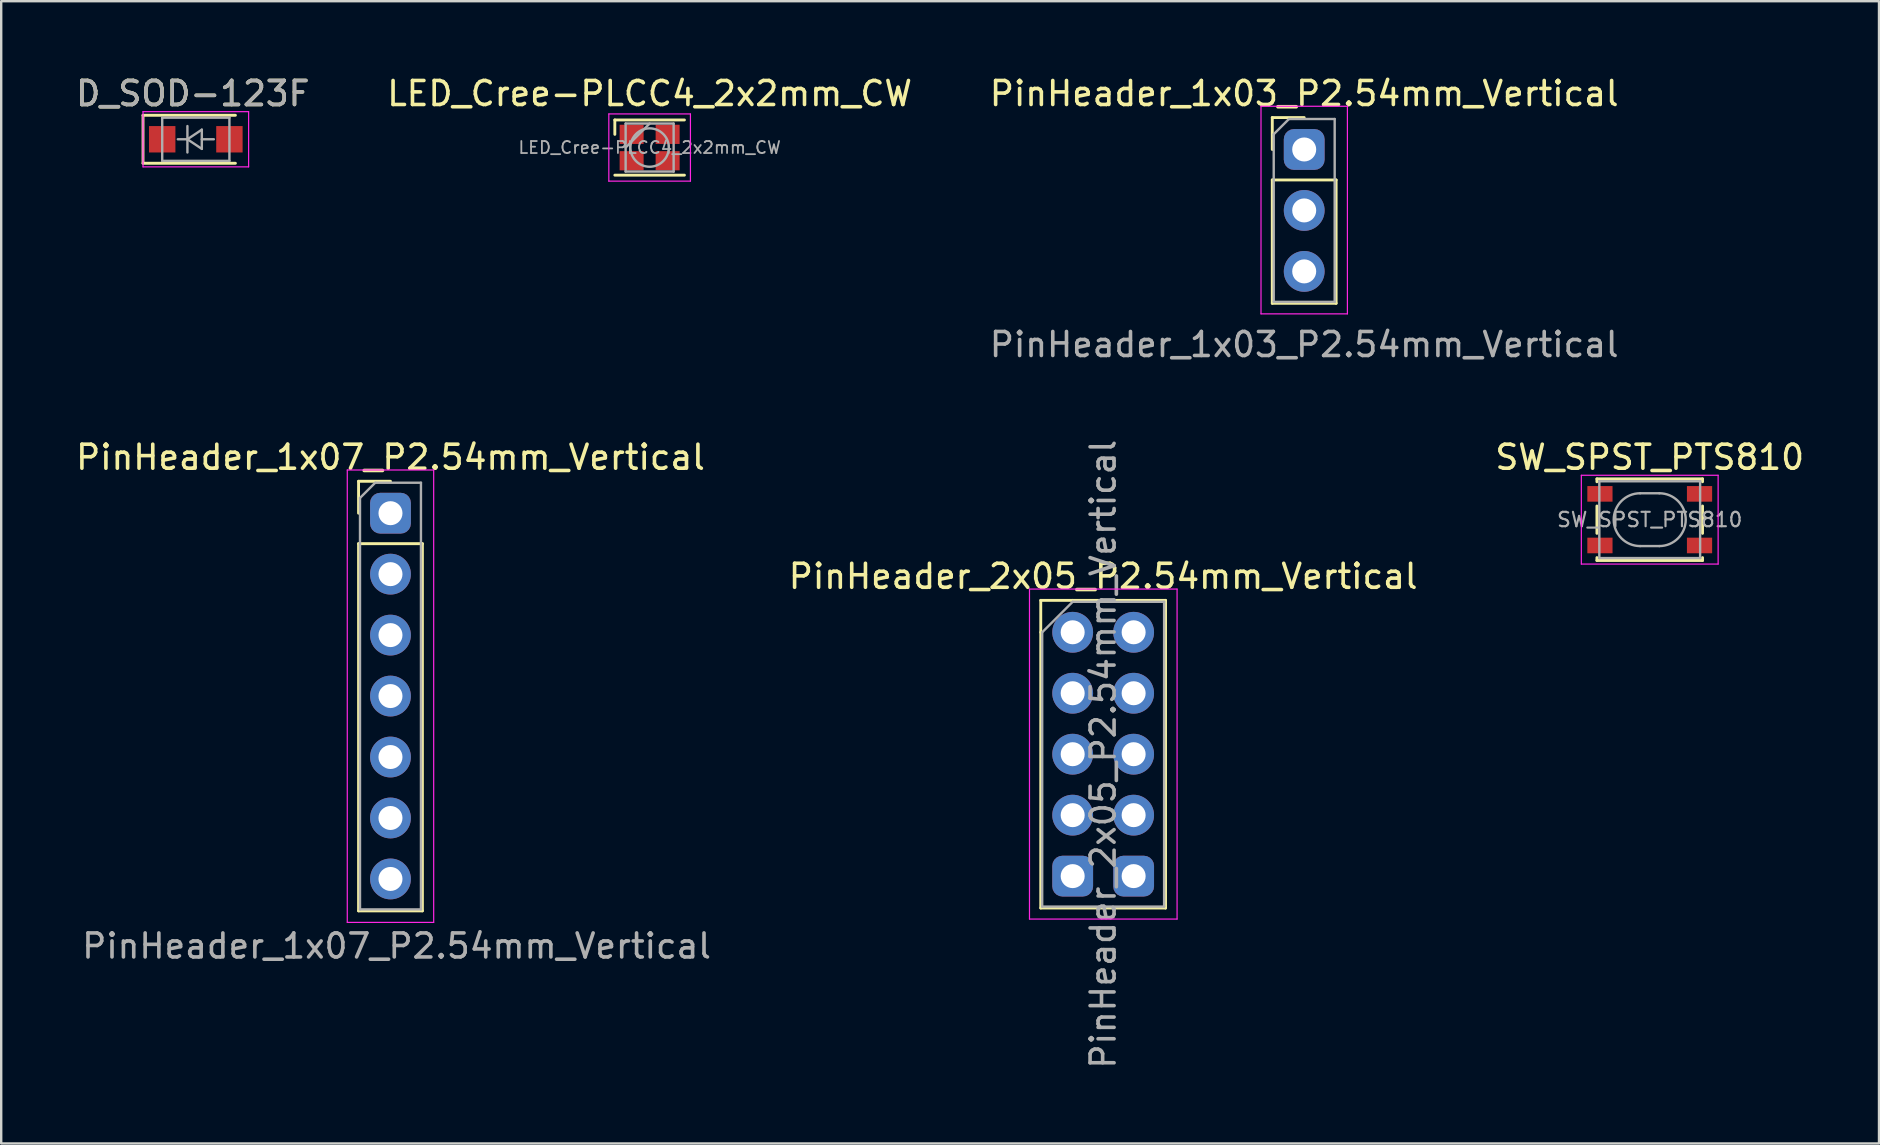
<source format=kicad_pcb>
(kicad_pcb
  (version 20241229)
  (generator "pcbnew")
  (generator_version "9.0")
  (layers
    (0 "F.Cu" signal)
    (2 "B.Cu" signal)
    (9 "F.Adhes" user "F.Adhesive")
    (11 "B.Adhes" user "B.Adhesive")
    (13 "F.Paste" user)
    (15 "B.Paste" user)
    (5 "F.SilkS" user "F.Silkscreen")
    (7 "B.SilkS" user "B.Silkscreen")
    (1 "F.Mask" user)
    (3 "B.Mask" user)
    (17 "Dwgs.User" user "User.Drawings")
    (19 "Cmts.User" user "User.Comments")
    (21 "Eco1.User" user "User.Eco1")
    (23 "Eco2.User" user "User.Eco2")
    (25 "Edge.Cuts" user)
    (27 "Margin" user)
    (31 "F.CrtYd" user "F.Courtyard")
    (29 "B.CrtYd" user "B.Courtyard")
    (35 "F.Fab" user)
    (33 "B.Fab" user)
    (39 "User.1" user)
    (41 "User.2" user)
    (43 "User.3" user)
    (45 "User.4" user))
  (footprint "SW_SPST_PTS810"
    (layer "F.Cu")
    (at 65.689 18.603)
    (property "Reference" "SW_SPST_PTS810" (at 0 -2.6 0) (layer "F.SilkS") (effects (font (size 1 1) (thickness 0.15))))
    (attr smd)
    (fp_line (start -2.2 -1.7) (end -2.2 -1.58) (stroke (width 0.12) (type solid)) (layer "F.SilkS"))
    (fp_line (start -2.2 -0.57) (end -2.2 0.57) (stroke (width 0.12) (type solid)) (layer "F.SilkS"))
    (fp_line (start -2.2 1.58) (end -2.2 1.7) (stroke (width 0.12) (type solid)) (layer "F.SilkS"))
    (fp_line (start -2.2 1.7) (end 2.2 1.7) (stroke (width 0.12) (type solid)) (layer "F.SilkS"))
    (fp_line (start 2.2 -1.7) (end -2.2 -1.7) (stroke (width 0.12) (type solid)) (layer "F.SilkS"))
    (fp_line (start 2.2 -1.58) (end 2.2 -1.7) (stroke (width 0.12) (type solid)) (layer "F.SilkS"))
    (fp_line (start 2.2 0.57) (end 2.2 -0.57) (stroke (width 0.12) (type solid)) (layer "F.SilkS"))
    (fp_line (start 2.2 1.7) (end 2.2 1.58) (stroke (width 0.12) (type solid)) (layer "F.SilkS"))
    (fp_line (start -2.85 -1.85) (end 2.85 -1.85) (stroke (width 0.05) (type solid)) (layer "F.CrtYd"))
    (fp_line (start -2.85 1.85) (end -2.85 -1.85) (stroke (width 0.05) (type solid)) (layer "F.CrtYd"))
    (fp_line (start 2.85 -1.85) (end 2.85 1.85) (stroke (width 0.05) (type solid)) (layer "F.CrtYd"))
    (fp_line (start 2.85 1.85) (end -2.85 1.85) (stroke (width 0.05) (type solid)) (layer "F.CrtYd"))
    (fp_line (start -2.1 -1.6) (end -2.1 1.6) (stroke (width 0.1) (type solid)) (layer "F.Fab"))
    (fp_line (start -2.1 1.6) (end 2.1 1.6) (stroke (width 0.1) (type solid)) (layer "F.Fab"))
    (fp_line (start -0.4 -1.1) (end 0.4 -1.1) (stroke (width 0.1) (type solid)) (layer "F.Fab"))
    (fp_line (start 0.4 1.1) (end -0.4 1.1) (stroke (width 0.1) (type solid)) (layer "F.Fab"))
    (fp_line (start 2.1 -1.6) (end -2.1 -1.6) (stroke (width 0.1) (type solid)) (layer "F.Fab"))
    (fp_line (start 2.1 1.6) (end 2.1 -1.6) (stroke (width 0.1) (type solid)) (layer "F.Fab"))
    (fp_arc (start -0.4 1.1) (mid -1.5 0) (end -0.4 -1.1) (stroke (width 0.1) (type solid)) (layer "F.Fab"))
    (fp_arc (start 0.4 -1.1) (mid 1.5 0) (end 0.4 1.1) (stroke (width 0.1) (type solid)) (layer "F.Fab"))
    (fp_text user "${REFERENCE}" (at 0 0 0) (layer "F.Fab") (effects (font (size 0.6 0.6) (thickness 0.09))))
    (pad "1" smd rect (at -2.075 -1.075) (size 1.05 0.65) (layers "F.Cu" "F.Mask" "F.Paste"))
    (pad "1" smd rect (at 2.075 -1.075) (size 1.05 0.65) (layers "F.Cu" "F.Mask" "F.Paste"))
    (pad "2" smd rect (at -2.075 1.075) (size 1.05 0.65) (layers "F.Cu" "F.Mask" "F.Paste"))
    (pad "2" smd rect (at 2.075 1.075) (size 1.05 0.65) (layers "F.Cu" "F.Mask" "F.Paste")))
  (footprint "PinHeader_2x05_P2.54mm_Vertical"
    (layer "F.Cu")
    (at 41.645 28.375)
    (property "Reference" "PinHeader_2x05_P2.54mm_Vertical" (at 1.27 -7.41 0) (layer "F.SilkS") (effects (font (size 1 1) (thickness 0.15))))
    (attr through_hole)
    (fp_line (start -1.33 -6.41) (end 0 -6.41) (stroke (width 0.12) (type solid)) (layer "F.SilkS"))
    (fp_line (start -1.33 -5.08) (end -1.33 -6.41) (stroke (width 0.12) (type solid)) (layer "F.SilkS"))
    (fp_line (start -1.33 -5.08) (end -1.33 6.41) (stroke (width 0.12) (type solid)) (layer "F.SilkS"))
    (fp_line (start -1.33 6.41) (end 3.87 6.41) (stroke (width 0.12) (type solid)) (layer "F.SilkS"))
    (fp_line (start 0 -6.41) (end 3.87 -6.41) (stroke (width 0.12) (type solid)) (layer "F.SilkS"))
    (fp_line (start 3.87 -6.41) (end 3.87 6.41) (stroke (width 0.12) (type solid)) (layer "F.SilkS"))
    (fp_line (start -1.8 -6.88) (end -1.8 6.87) (stroke (width 0.05) (type solid)) (layer "F.CrtYd"))
    (fp_line (start -1.8 6.87) (end 4.35 6.87) (stroke (width 0.05) (type solid)) (layer "F.CrtYd"))
    (fp_line (start 4.35 -6.88) (end -1.8 -6.88) (stroke (width 0.05) (type solid)) (layer "F.CrtYd"))
    (fp_line (start 4.35 6.87) (end 4.35 -6.88) (stroke (width 0.05) (type solid)) (layer "F.CrtYd"))
    (fp_line (start -1.27 -5.08) (end 0 -6.35) (stroke (width 0.1) (type solid)) (layer "F.Fab"))
    (fp_line (start -1.27 6.35) (end -1.27 -5.08) (stroke (width 0.1) (type solid)) (layer "F.Fab"))
    (fp_line (start 0 -6.35) (end 3.81 -6.35) (stroke (width 0.1) (type solid)) (layer "F.Fab"))
    (fp_line (start 3.81 -6.35) (end 3.81 6.35) (stroke (width 0.1) (type solid)) (layer "F.Fab"))
    (fp_line (start 3.81 6.35) (end -1.27 6.35) (stroke (width 0.1) (type solid)) (layer "F.Fab"))
    (fp_text user "${REFERENCE}" (at 1.27 0 90) (layer "F.Fab") (effects (font (size 1 1) (thickness 0.15))))
    (pad "1" thru_hole circle (at 0 -5.08) (size 1.7 1.7) (drill 1) (layers "*.Cu" "*.Mask"))
    (pad "2" thru_hole oval (at 2.54 -5.08) (size 1.7 1.7) (drill 1) (layers "*.Cu" "*.Mask"))
    (pad "3" thru_hole oval (at 0 -2.54) (size 1.7 1.7) (drill 1) (layers "*.Cu" "*.Mask"))
    (pad "4" thru_hole oval (at 2.54 -2.54) (size 1.7 1.7) (drill 1) (layers "*.Cu" "*.Mask"))
    (pad "5" thru_hole oval (at 0 0) (size 1.7 1.7) (drill 1) (layers "*.Cu" "*.Mask"))
    (pad "6" thru_hole oval (at 2.54 0) (size 1.7 1.7) (drill 1) (layers "*.Cu" "*.Mask"))
    (pad "7" thru_hole oval (at 0 2.54) (size 1.7 1.7) (drill 1) (layers "*.Cu" "*.Mask"))
    (pad "8" thru_hole oval (at 2.54 2.54) (size 1.7 1.7) (drill 1) (layers "*.Cu" "*.Mask"))
    (pad "9" thru_hole roundrect (at 0 5.08) (size 1.7 1.7) (drill 1) (layers "*.Cu" "*.Mask") (roundrect_rratio 0.25))
    (pad "10" thru_hole roundrect (at 2.54 5.08) (size 1.7 1.7) (drill 1) (layers "*.Cu" "*.Mask") (roundrect_rratio 0.25)))
  (footprint "D_SOD-123F"
    (layer "F.Cu")
    (at 5.109 2.753)
    (property "Reference" "D_SOD-123F" (at -0.127 -1.905 0) (layer "F.SilkS") (effects (font (size 1 1) (thickness 0.15))))
    (attr smd)
    (fp_line (start -2.2 -1) (end -2.2 1) (stroke (width 0.12) (type solid)) (layer "F.SilkS"))
    (fp_line (start -2.2 -1) (end 1.65 -1) (stroke (width 0.12) (type solid)) (layer "F.SilkS"))
    (fp_line (start -2.2 1) (end 1.65 1) (stroke (width 0.12) (type solid)) (layer "F.SilkS"))
    (fp_line (start -2.2 -1.15) (end -2.2 1.15) (stroke (width 0.05) (type solid)) (layer "F.CrtYd"))
    (fp_line (start -2.2 -1.15) (end 2.2 -1.15) (stroke (width 0.05) (type solid)) (layer "F.CrtYd"))
    (fp_line (start 2.2 -1.15) (end 2.2 1.15) (stroke (width 0.05) (type solid)) (layer "F.CrtYd"))
    (fp_line (start 2.2 1.15) (end -2.2 1.15) (stroke (width 0.05) (type solid)) (layer "F.CrtYd"))
    (fp_line (start -1.4 -0.9) (end 1.4 -0.9) (stroke (width 0.1) (type solid)) (layer "F.Fab"))
    (fp_line (start -1.4 0.9) (end -1.4 -0.9) (stroke (width 0.1) (type solid)) (layer "F.Fab"))
    (fp_line (start -0.75 0) (end -0.35 0) (stroke (width 0.1) (type solid)) (layer "F.Fab"))
    (fp_line (start -0.35 0) (end -0.35 -0.55) (stroke (width 0.1) (type solid)) (layer "F.Fab"))
    (fp_line (start -0.35 0) (end -0.35 0.55) (stroke (width 0.1) (type solid)) (layer "F.Fab"))
    (fp_line (start -0.35 0) (end 0.25 -0.4) (stroke (width 0.1) (type solid)) (layer "F.Fab"))
    (fp_line (start 0.25 -0.4) (end 0.25 0.4) (stroke (width 0.1) (type solid)) (layer "F.Fab"))
    (fp_line (start 0.25 0) (end 0.75 0) (stroke (width 0.1) (type solid)) (layer "F.Fab"))
    (fp_line (start 0.25 0.4) (end -0.35 0) (stroke (width 0.1) (type solid)) (layer "F.Fab"))
    (fp_line (start 1.4 -0.9) (end 1.4 0.9) (stroke (width 0.1) (type solid)) (layer "F.Fab"))
    (fp_line (start 1.4 0.9) (end -1.4 0.9) (stroke (width 0.1) (type solid)) (layer "F.Fab"))
    (fp_text user "${REFERENCE}" (at -0.127 -1.905 0) (layer "F.Fab") (effects (font (size 1 1) (thickness 0.15))))
    (pad "1" smd rect (at -1.4 0) (size 1.1 1.1) (layers "F.Cu" "F.Mask" "F.Paste"))
    (pad "2" smd rect (at 1.4 0) (size 1.1 1.1) (layers "F.Cu" "F.Mask" "F.Paste")))
  (footprint "LED_Cree-PLCC4_2x2mm_CW"
    (layer "F.Cu")
    (at 24.018 3.098)
    (property "Reference" "LED_Cree-PLCC4_2x2mm_CW" (at 0 -2.25 0) (layer "F.SilkS") (effects (font (size 1 1) (thickness 0.15))))
    (attr smd)
    (fp_line (start -1.45 -1.15) (end 1.45 -1.15) (stroke (width 0.12) (type solid)) (layer "F.SilkS"))
    (fp_line (start -1.45 -0.55) (end -1.45 -1.15) (stroke (width 0.12) (type solid)) (layer "F.SilkS"))
    (fp_line (start -1.45 1.15) (end 1.45 1.15) (stroke (width 0.12) (type solid)) (layer "F.SilkS"))
    (fp_line (start -1.7 -1.4) (end -1.7 1.4) (stroke (width 0.05) (type solid)) (layer "F.CrtYd"))
    (fp_line (start -1.7 1.4) (end 1.7 1.4) (stroke (width 0.05) (type solid)) (layer "F.CrtYd"))
    (fp_line (start 1.7 -1.4) (end -1.7 -1.4) (stroke (width 0.05) (type solid)) (layer "F.CrtYd"))
    (fp_line (start 1.7 1.4) (end 1.7 -1.4) (stroke (width 0.05) (type solid)) (layer "F.CrtYd"))
    (fp_line (start -1 -1) (end -1 1) (stroke (width 0.1) (type solid)) (layer "F.Fab"))
    (fp_line (start -1 1) (end 1 1) (stroke (width 0.1) (type solid)) (layer "F.Fab"))
    (fp_line (start 0 -1) (end -1 0) (stroke (width 0.1) (type solid)) (layer "F.Fab"))
    (fp_line (start 1 -1) (end -1 -1) (stroke (width 0.1) (type solid)) (layer "F.Fab"))
    (fp_line (start 1 1) (end 1 -1) (stroke (width 0.1) (type solid)) (layer "F.Fab"))
    (fp_circle (center 0 0) (end 0.8 0) (stroke (width 0.1) (type solid)) (fill no) (layer "F.Fab"))
    (fp_text user "${REFERENCE}" (at 0 0 0) (layer "F.Fab") (effects (font (size 0.5 0.5) (thickness 0.075))))
    (pad "1" smd rect (at -0.75 -0.55) (size 1 0.8) (layers "F.Cu" "F.Mask" "F.Paste"))
    (pad "2" smd rect (at 0.75 -0.55) (size 1 0.8) (layers "F.Cu" "F.Mask" "F.Paste"))
    (pad "3" smd rect (at 0.75 0.55) (size 1 0.8) (layers "F.Cu" "F.Mask" "F.Paste"))
    (pad "4" smd rect (at -0.75 0.55) (size 1 0.8) (layers "F.Cu" "F.Mask" "F.Paste")))
  (footprint "PinHeader_1x03_P2.54mm_Vertical"
    (layer "F.Cu")
    (at 51.292 5.718)
    (property "Reference" "PinHeader_1x03_P2.54mm_Vertical" (at 0 -4.87 0) (layer "F.SilkS") (effects (font (size 1 1) (thickness 0.15))))
    (attr through_hole)
    (fp_line (start -1.33 -3.87) (end 0 -3.87) (stroke (width 0.12) (type solid)) (layer "F.SilkS"))
    (fp_line (start -1.33 -2.54) (end -1.33 -3.87) (stroke (width 0.12) (type solid)) (layer "F.SilkS"))
    (fp_line (start -1.33 -1.27) (end -1.33 3.87) (stroke (width 0.12) (type solid)) (layer "F.SilkS"))
    (fp_line (start -1.33 -1.27) (end 1.33 -1.27) (stroke (width 0.12) (type solid)) (layer "F.SilkS"))
    (fp_line (start -1.33 3.87) (end 1.33 3.87) (stroke (width 0.12) (type solid)) (layer "F.SilkS"))
    (fp_line (start 1.33 -1.27) (end 1.33 3.87) (stroke (width 0.12) (type solid)) (layer "F.SilkS"))
    (fp_line (start -1.8 -4.34) (end -1.8 4.31) (stroke (width 0.05) (type solid)) (layer "F.CrtYd"))
    (fp_line (start -1.8 4.31) (end 1.8 4.31) (stroke (width 0.05) (type solid)) (layer "F.CrtYd"))
    (fp_line (start 1.8 -4.34) (end -1.8 -4.34) (stroke (width 0.05) (type solid)) (layer "F.CrtYd"))
    (fp_line (start 1.8 4.31) (end 1.8 -4.34) (stroke (width 0.05) (type solid)) (layer "F.CrtYd"))
    (fp_line (start -1.27 -3.175) (end -0.635 -3.81) (stroke (width 0.1) (type solid)) (layer "F.Fab"))
    (fp_line (start -1.27 3.81) (end -1.27 -3.175) (stroke (width 0.1) (type solid)) (layer "F.Fab"))
    (fp_line (start -0.635 -3.81) (end 1.27 -3.81) (stroke (width 0.1) (type solid)) (layer "F.Fab"))
    (fp_line (start 1.27 -3.81) (end 1.27 3.81) (stroke (width 0.1) (type solid)) (layer "F.Fab"))
    (fp_line (start 1.27 3.81) (end -1.27 3.81) (stroke (width 0.1) (type solid)) (layer "F.Fab"))
    (fp_text user "${REFERENCE}" (at 0 5.588 180) (layer "F.Fab") (effects (font (size 1 1) (thickness 0.15))))
    (pad "1" thru_hole roundrect (at 0 -2.54) (size 1.7 1.7) (drill 1) (layers "*.Cu" "*.Mask") (roundrect_rratio 0.25))
    (pad "2" thru_hole oval (at 0 0) (size 1.7 1.7) (drill 1) (layers "*.Cu" "*.Mask"))
    (pad "3" thru_hole oval (at 0 2.54) (size 1.7 1.7) (drill 1) (layers "*.Cu" "*.Mask")))
  (footprint "PinHeader_1x07_P2.54mm_Vertical"
    (layer "F.Cu")
    (at 13.22 25.953)
    (property "Reference" "PinHeader_1x07_P2.54mm_Vertical" (at 0 -9.95 0) (layer "F.SilkS") (effects (font (size 1 1) (thickness 0.15))))
    (attr through_hole)
    (fp_line (start -1.33 -8.95) (end 0 -8.95) (stroke (width 0.12) (type solid)) (layer "F.SilkS"))
    (fp_line (start -1.33 -7.62) (end -1.33 -8.95) (stroke (width 0.12) (type solid)) (layer "F.SilkS"))
    (fp_line (start -1.33 -6.35) (end -1.33 8.95) (stroke (width 0.12) (type solid)) (layer "F.SilkS"))
    (fp_line (start -1.33 -6.35) (end 1.33 -6.35) (stroke (width 0.12) (type solid)) (layer "F.SilkS"))
    (fp_line (start -1.33 8.95) (end 1.33 8.95) (stroke (width 0.12) (type solid)) (layer "F.SilkS"))
    (fp_line (start 1.33 -6.35) (end 1.33 8.95) (stroke (width 0.12) (type solid)) (layer "F.SilkS"))
    (fp_line (start -1.8 -9.42) (end -1.8 9.43) (stroke (width 0.05) (type solid)) (layer "F.CrtYd"))
    (fp_line (start -1.8 9.43) (end 1.8 9.43) (stroke (width 0.05) (type solid)) (layer "F.CrtYd"))
    (fp_line (start 1.8 -9.42) (end -1.8 -9.42) (stroke (width 0.05) (type solid)) (layer "F.CrtYd"))
    (fp_line (start 1.8 9.43) (end 1.8 -9.42) (stroke (width 0.05) (type solid)) (layer "F.CrtYd"))
    (fp_line (start -1.27 -8.255) (end -0.635 -8.89) (stroke (width 0.1) (type solid)) (layer "F.Fab"))
    (fp_line (start -1.27 8.89) (end -1.27 -8.255) (stroke (width 0.1) (type solid)) (layer "F.Fab"))
    (fp_line (start -0.635 -8.89) (end 1.27 -8.89) (stroke (width 0.1) (type solid)) (layer "F.Fab"))
    (fp_line (start 1.27 -8.89) (end 1.27 8.89) (stroke (width 0.1) (type solid)) (layer "F.Fab"))
    (fp_line (start 1.27 8.89) (end -1.27 8.89) (stroke (width 0.1) (type solid)) (layer "F.Fab"))
    (fp_text user "${REFERENCE}" (at 0.254 10.414 180) (layer "F.Fab") (effects (font (size 1 1) (thickness 0.15))))
    (pad "1" thru_hole roundrect (at 0 -7.62) (size 1.7 1.7) (drill 1) (layers "*.Cu" "*.Mask") (roundrect_rratio 0.25))
    (pad "2" thru_hole oval (at 0 -5.08) (size 1.7 1.7) (drill 1) (layers "*.Cu" "*.Mask"))
    (pad "3" thru_hole oval (at 0 -2.54) (size 1.7 1.7) (drill 1) (layers "*.Cu" "*.Mask"))
    (pad "4" thru_hole oval (at 0 0) (size 1.7 1.7) (drill 1) (layers "*.Cu" "*.Mask"))
    (pad "5" thru_hole oval (at 0 2.54) (size 1.7 1.7) (drill 1) (layers "*.Cu" "*.Mask"))
    (pad "6" thru_hole oval (at 0 5.08) (size 1.7 1.7) (drill 1) (layers "*.Cu" "*.Mask"))
    (pad "7" thru_hole oval (at 0 7.62) (size 1.7 1.7) (drill 1) (layers "*.Cu" "*.Mask")))
  (gr_rect
    (start -3 -3)
    (end 75.242 44.595)
    (stroke (width 0.1) (type default))
    (fill no)
    (layer "Edge.Cuts")))
</source>
